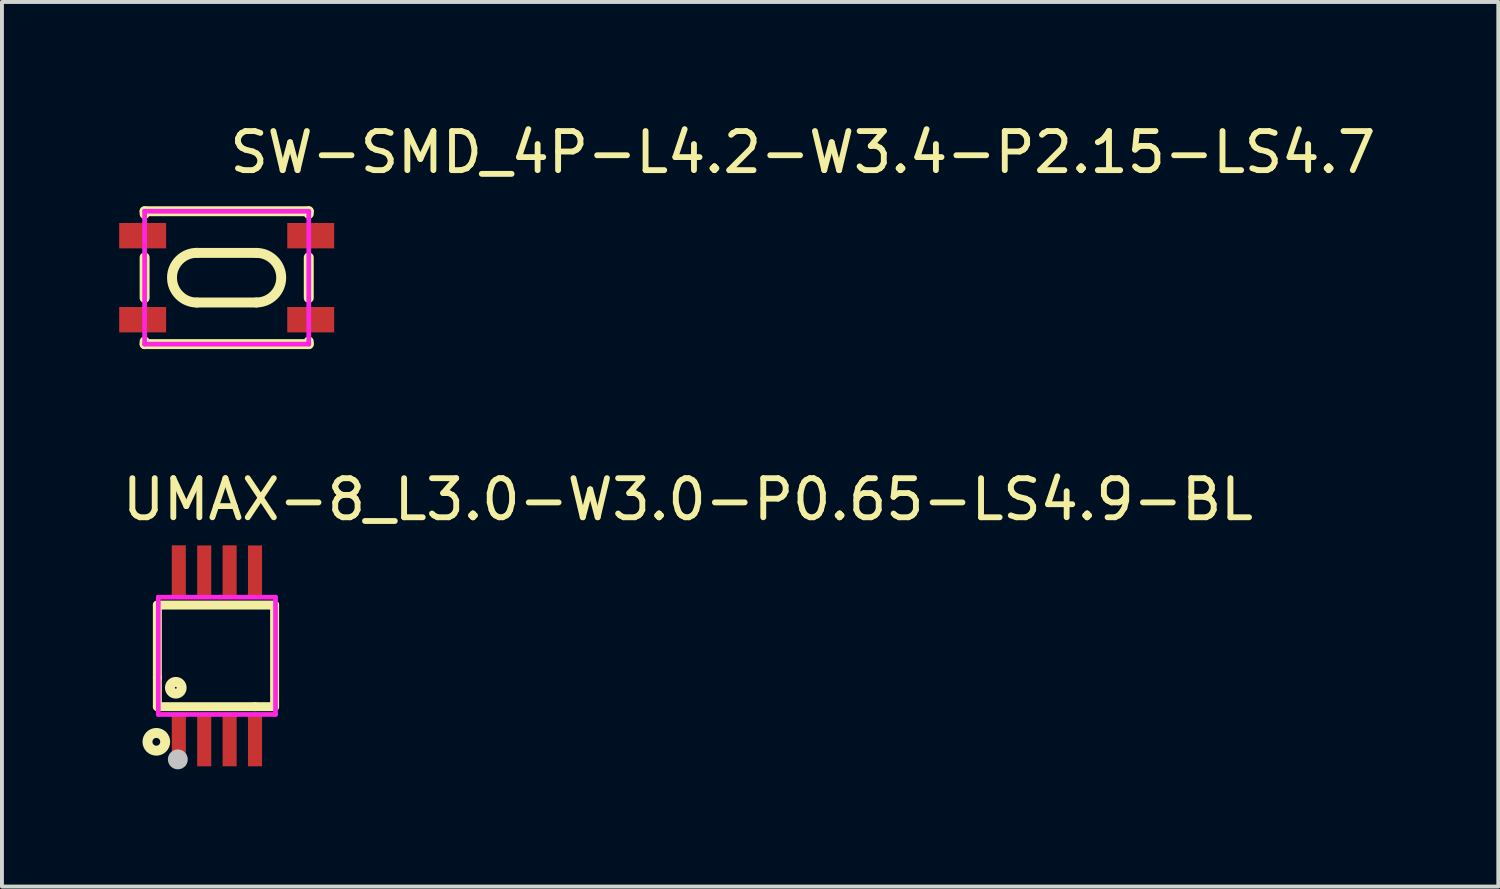
<source format=kicad_pcb>
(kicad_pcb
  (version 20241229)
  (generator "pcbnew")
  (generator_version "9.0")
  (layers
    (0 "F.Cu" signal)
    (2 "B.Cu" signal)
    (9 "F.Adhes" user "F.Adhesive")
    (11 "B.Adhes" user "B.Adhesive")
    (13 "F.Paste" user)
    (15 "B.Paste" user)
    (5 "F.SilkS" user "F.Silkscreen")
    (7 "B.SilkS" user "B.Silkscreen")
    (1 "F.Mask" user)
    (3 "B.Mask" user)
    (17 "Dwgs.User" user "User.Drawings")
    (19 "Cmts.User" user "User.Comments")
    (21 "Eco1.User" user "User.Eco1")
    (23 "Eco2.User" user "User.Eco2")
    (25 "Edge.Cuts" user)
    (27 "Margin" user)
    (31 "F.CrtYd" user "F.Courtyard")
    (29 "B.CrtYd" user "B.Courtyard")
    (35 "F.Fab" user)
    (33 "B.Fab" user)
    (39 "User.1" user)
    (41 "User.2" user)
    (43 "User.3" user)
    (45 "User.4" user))
  (footprint "SW-SMD_4P-L4.2-W3.4-P2.15-LS4.7"
    (layer "F.Cu")
    (at 2.75 4.055)
    (property "Reference" "SW-SMD_4P-L4.2-W3.4-P2.15-LS4.7" (at 0 -3.207 0) (layer "F.SilkS") (effects (font (size 1 1) (thickness 0.15)) (justify left)))
    (attr through_hole)
    (fp_line (start -2.1 -1.7) (end -2.1 -1.631) (stroke (width 0.254) (type solid)) (layer "F.SilkS"))
    (fp_line (start -2.1 -1.7) (end 2.1 -1.7) (stroke (width 0.254) (type solid)) (layer "F.SilkS"))
    (fp_line (start -2.1 -0.519) (end -2.1 0.519) (stroke (width 0.254) (type solid)) (layer "F.SilkS"))
    (fp_line (start -2.1 1.631) (end -2.1 1.7) (stroke (width 0.254) (type solid)) (layer "F.SilkS"))
    (fp_line (start -2.1 1.7) (end 2.1 1.7) (stroke (width 0.254) (type solid)) (layer "F.SilkS"))
    (fp_line (start -0.762 -0.635) (end 0.762 -0.635) (stroke (width 0.254) (type solid)) (layer "F.SilkS"))
    (fp_line (start -0.762 0.635) (end 0.762 0.635) (stroke (width 0.254) (type solid)) (layer "F.SilkS"))
    (fp_line (start 2.1 -1.7) (end 2.1 -1.631) (stroke (width 0.254) (type solid)) (layer "F.SilkS"))
    (fp_line (start 2.1 -0.519) (end 2.1 0.519) (stroke (width 0.254) (type solid)) (layer "F.SilkS"))
    (fp_line (start 2.1 1.631) (end 2.1 1.7) (stroke (width 0.254) (type solid)) (layer "F.SilkS"))
    (fp_arc (start -0.763 0.636) (mid -1.399 0) (end -0.763 -0.636) (stroke (width 0.254) (type solid)) (layer "F.SilkS"))
    (fp_arc (start 0.760932 -0.634) (mid 1.391012 -0.000034) (end 0.761 0.634) (stroke (width 0.254) (type solid)) (layer "F.SilkS"))
    (fp_circle (center -2.35 -1.7) (end -2.32 -1.7) (stroke (width 0.06) (type solid)) (fill no) (layer "Eco2.User"))
    (fp_poly (pts (xy -2.35 -0.8) (xy -2.35 -1.35) (xy -1.8 -1.35) (xy -1.8 -0.8)) (stroke (width 0.12) (type solid)) (fill no) (layer "Eco2.User"))
    (fp_poly (pts (xy -2.35 1.35) (xy -2.35 0.8) (xy -1.8 0.8) (xy -1.8 1.35)) (stroke (width 0.12) (type solid)) (fill no) (layer "Eco2.User"))
    (fp_poly (pts (xy 2.35 -1.35) (xy 2.35 -0.8) (xy 1.8 -0.8) (xy 1.8 -1.35)) (stroke (width 0.12) (type solid)) (fill no) (layer "Eco2.User"))
    (fp_poly (pts (xy 2.35 0.8) (xy 2.35 1.35) (xy 1.8 1.35) (xy 1.8 0.8)) (stroke (width 0.12) (type solid)) (fill no) (layer "Eco2.User"))
    (fp_line (start -2.1 -1.7) (end 2.1 -1.7) (stroke (width 0.12) (type solid)) (layer "F.CrtYd"))
    (fp_line (start -2.1 1.7) (end -2.1 -1.7) (stroke (width 0.12) (type solid)) (layer "F.CrtYd"))
    (fp_line (start 2.1 -1.7) (end 2.1 1.7) (stroke (width 0.12) (type solid)) (layer "F.CrtYd"))
    (fp_line (start 2.1 1.7) (end -2.1 1.7) (stroke (width 0.12) (type solid)) (layer "F.CrtYd"))
    (pad "1" smd rect (at -2.15 -1.075 90) (size 0.65 1.2) (layers "F.Cu" "F.Mask" "F.Paste"))
    (pad "2" smd rect (at 2.15 -1.075 90) (size 0.65 1.2) (layers "F.Cu" "F.Mask" "F.Paste"))
    (pad "3" smd rect (at -2.15 1.075 90) (size 0.65 1.2) (layers "F.Cu" "F.Mask" "F.Paste"))
    (pad "4" smd rect (at 2.15 1.075 90) (size 0.65 1.2) (layers "F.Cu" "F.Mask" "F.Paste")))
  (footprint "UMAX-8_L3.0-W3.0-P0.65-LS4.9-BL"
    (layer "F.Cu")
    (at 2.5 13.73)
    (property "Reference" "UMAX-8_L3.0-W3.0-P0.65-LS4.9-BL" (at -2.5 -4 0) (layer "F.SilkS") (effects (font (size 1 1) (thickness 0.15)) (justify left)))
    (attr through_hole)
    (fp_line (start -1.524 -1.299) (end -1.524 0.551) (stroke (width 0.229) (type solid)) (layer "F.SilkS"))
    (fp_line (start -1.524 0.551) (end -1.524 1.301) (stroke (width 0.229) (type solid)) (layer "F.SilkS"))
    (fp_line (start -1.524 1.301) (end 0.976 1.301) (stroke (width 0.229) (type solid)) (layer "F.SilkS"))
    (fp_line (start 0.976 1.301) (end 1.476 1.301) (stroke (width 0.229) (type solid)) (layer "F.SilkS"))
    (fp_line (start 1.476 -1.299) (end -1.524 -1.299) (stroke (width 0.229) (type solid)) (layer "F.SilkS"))
    (fp_line (start 1.476 1.301) (end 1.476 -1.299) (stroke (width 0.229) (type solid)) (layer "F.SilkS"))
    (fp_circle (center -1.55 2.2) (end -1.45 2.2) (stroke (width 0.254) (type solid)) (fill no) (layer "F.SilkS"))
    (fp_circle (center -1.052 0.817) (end -0.902 0.817) (stroke (width 0.254) (type solid)) (fill no) (layer "F.SilkS"))
    (fp_circle (center -1 2.65) (end -0.873 2.65) (stroke (width 0.254) (type solid)) (fill no) (layer "Dwgs.User"))
    (fp_line (start -1.128 -1.925) (end -0.823 -1.925) (stroke (width 0.12) (type solid)) (layer "Eco2.User"))
    (fp_line (start -1.128 -1.49) (end -1.128 -1.925) (stroke (width 0.12) (type solid)) (layer "Eco2.User"))
    (fp_line (start -1.128 1.49) (end -0.823 1.49) (stroke (width 0.12) (type solid)) (layer "Eco2.User"))
    (fp_line (start -1.128 1.925) (end -1.128 1.49) (stroke (width 0.12) (type solid)) (layer "Eco2.User"))
    (fp_line (start -0.823 -1.925) (end -0.823 -1.49) (stroke (width 0.12) (type solid)) (layer "Eco2.User"))
    (fp_line (start -0.823 -1.49) (end -1.128 -1.49) (stroke (width 0.12) (type solid)) (layer "Eco2.User"))
    (fp_line (start -0.823 1.49) (end -0.823 1.925) (stroke (width 0.12) (type solid)) (layer "Eco2.User"))
    (fp_line (start -0.823 1.925) (end -1.128 1.925) (stroke (width 0.12) (type solid)) (layer "Eco2.User"))
    (fp_line (start -0.477 -1.925) (end -0.172 -1.925) (stroke (width 0.12) (type solid)) (layer "Eco2.User"))
    (fp_line (start -0.477 -1.49) (end -0.477 -1.925) (stroke (width 0.12) (type solid)) (layer "Eco2.User"))
    (fp_line (start -0.477 1.49) (end -0.172 1.49) (stroke (width 0.12) (type solid)) (layer "Eco2.User"))
    (fp_line (start -0.477 1.925) (end -0.477 1.49) (stroke (width 0.12) (type solid)) (layer "Eco2.User"))
    (fp_line (start -0.172 -1.925) (end -0.172 -1.49) (stroke (width 0.12) (type solid)) (layer "Eco2.User"))
    (fp_line (start -0.172 -1.49) (end -0.477 -1.49) (stroke (width 0.12) (type solid)) (layer "Eco2.User"))
    (fp_line (start -0.172 1.49) (end -0.172 1.925) (stroke (width 0.12) (type solid)) (layer "Eco2.User"))
    (fp_line (start -0.172 1.925) (end -0.477 1.925) (stroke (width 0.12) (type solid)) (layer "Eco2.User"))
    (fp_line (start 0.172 -1.925) (end 0.477 -1.925) (stroke (width 0.12) (type solid)) (layer "Eco2.User"))
    (fp_line (start 0.172 -1.49) (end 0.172 -1.925) (stroke (width 0.12) (type solid)) (layer "Eco2.User"))
    (fp_line (start 0.173 1.49) (end 0.478 1.49) (stroke (width 0.12) (type solid)) (layer "Eco2.User"))
    (fp_line (start 0.173 1.925) (end 0.173 1.49) (stroke (width 0.12) (type solid)) (layer "Eco2.User"))
    (fp_line (start 0.477 -1.925) (end 0.477 -1.49) (stroke (width 0.12) (type solid)) (layer "Eco2.User"))
    (fp_line (start 0.477 -1.49) (end 0.172 -1.49) (stroke (width 0.12) (type solid)) (layer "Eco2.User"))
    (fp_line (start 0.478 1.49) (end 0.478 1.925) (stroke (width 0.12) (type solid)) (layer "Eco2.User"))
    (fp_line (start 0.478 1.925) (end 0.173 1.925) (stroke (width 0.12) (type solid)) (layer "Eco2.User"))
    (fp_line (start 0.823 -1.925) (end 1.128 -1.925) (stroke (width 0.12) (type solid)) (layer "Eco2.User"))
    (fp_line (start 0.823 -1.49) (end 0.823 -1.925) (stroke (width 0.12) (type solid)) (layer "Eco2.User"))
    (fp_line (start 0.823 1.49) (end 1.128 1.49) (stroke (width 0.12) (type solid)) (layer "Eco2.User"))
    (fp_line (start 0.823 1.925) (end 0.823 1.49) (stroke (width 0.12) (type solid)) (layer "Eco2.User"))
    (fp_line (start 1.128 -1.925) (end 1.128 -1.49) (stroke (width 0.12) (type solid)) (layer "Eco2.User"))
    (fp_line (start 1.128 -1.49) (end 0.823 -1.49) (stroke (width 0.12) (type solid)) (layer "Eco2.User"))
    (fp_line (start 1.128 1.49) (end 1.128 1.925) (stroke (width 0.12) (type solid)) (layer "Eco2.User"))
    (fp_line (start 1.128 1.925) (end 0.823 1.925) (stroke (width 0.12) (type solid)) (layer "Eco2.User"))
    (fp_circle (center -1.5 2.45) (end -1.47 2.45) (stroke (width 0.06) (type solid)) (fill no) (layer "Eco2.User"))
    (fp_poly (pts (xy -1.128 -1.915) (xy -1.128 -2.45) (xy -0.823 -2.45) (xy -0.823 -1.915)) (stroke (width 0.12) (type solid)) (fill no) (layer "Eco2.User"))
    (fp_poly (pts (xy -1.128 2.45) (xy -1.128 1.915) (xy -0.823 1.915) (xy -0.823 2.45)) (stroke (width 0.12) (type solid)) (fill no) (layer "Eco2.User"))
    (fp_poly (pts (xy -0.477 -1.915) (xy -0.477 -2.45) (xy -0.172 -2.45) (xy -0.172 -1.915)) (stroke (width 0.12) (type solid)) (fill no) (layer "Eco2.User"))
    (fp_poly (pts (xy -0.477 2.45) (xy -0.477 1.915) (xy -0.172 1.915) (xy -0.172 2.45)) (stroke (width 0.12) (type solid)) (fill no) (layer "Eco2.User"))
    (fp_poly (pts (xy 0.172 -1.915) (xy 0.172 -2.45) (xy 0.477 -2.45) (xy 0.477 -1.915)) (stroke (width 0.12) (type solid)) (fill no) (layer "Eco2.User"))
    (fp_poly (pts (xy 0.173 2.45) (xy 0.173 1.915) (xy 0.478 1.915) (xy 0.478 2.45)) (stroke (width 0.12) (type solid)) (fill no) (layer "Eco2.User"))
    (fp_poly (pts (xy 0.823 -1.915) (xy 0.823 -2.45) (xy 1.128 -2.45) (xy 1.128 -1.915)) (stroke (width 0.12) (type solid)) (fill no) (layer "Eco2.User"))
    (fp_poly (pts (xy 0.823 2.45) (xy 0.823 1.915) (xy 1.128 1.915) (xy 1.128 2.45)) (stroke (width 0.12) (type solid)) (fill no) (layer "Eco2.User"))
    (fp_line (start -1.5 -1.5) (end 1.5 -1.5) (stroke (width 0.12) (type solid)) (layer "F.CrtYd"))
    (fp_line (start -1.5 1.5) (end -1.5 -1.5) (stroke (width 0.12) (type solid)) (layer "F.CrtYd"))
    (fp_line (start 1.5 -1.5) (end 1.5 1.5) (stroke (width 0.12) (type solid)) (layer "F.CrtYd"))
    (fp_line (start 1.5 1.5) (end -1.5 1.5) (stroke (width 0.12) (type solid)) (layer "F.CrtYd"))
    (pad "1" smd rect (at -0.975 2.15) (size 0.36 1.35) (layers "F.Cu" "F.Mask" "F.Paste"))
    (pad "2" smd rect (at -0.325 2.152) (size 0.36 1.35) (layers "F.Cu" "F.Mask" "F.Paste"))
    (pad "3" smd rect (at 0.325 2.151) (size 0.36 1.35) (layers "F.Cu" "F.Mask" "F.Paste"))
    (pad "4" smd rect (at 0.975 2.152) (size 0.36 1.35) (layers "F.Cu" "F.Mask" "F.Paste"))
    (pad "5" smd rect (at 0.975 -2.149) (size 0.36 1.35) (layers "F.Cu" "F.Mask" "F.Paste"))
    (pad "6" smd rect (at 0.325 -2.152) (size 0.36 1.35) (layers "F.Cu" "F.Mask" "F.Paste"))
    (pad "7" smd rect (at -0.325 -2.149) (size 0.36 1.35) (layers "F.Cu" "F.Mask" "F.Paste"))
    (pad "8" smd rect (at -0.975 -2.152) (size 0.36 1.35) (layers "F.Cu" "F.Mask" "F.Paste")))
  (gr_rect
    (start -3 -3)
    (end 35.286 19.634)
    (stroke (width 0.1) (type default))
    (fill no)
    (layer "Edge.Cuts")))
</source>
